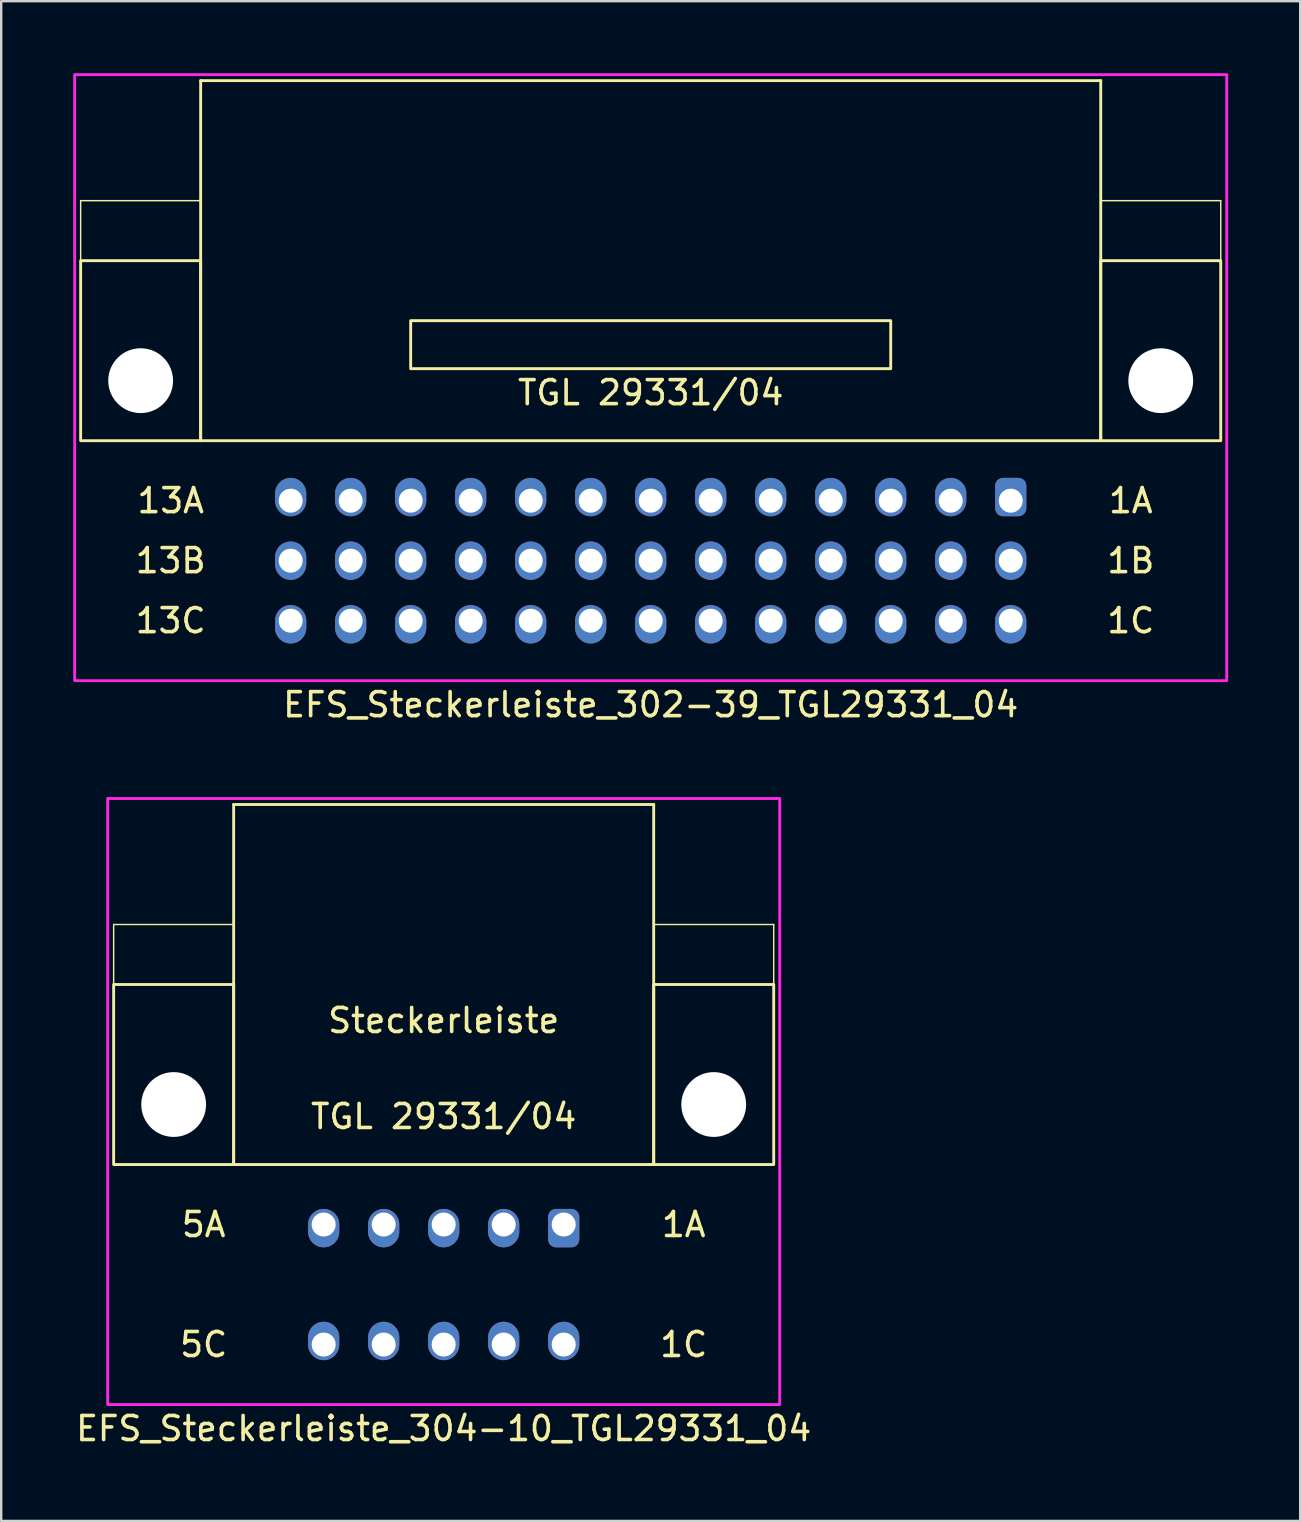
<source format=kicad_pcb>
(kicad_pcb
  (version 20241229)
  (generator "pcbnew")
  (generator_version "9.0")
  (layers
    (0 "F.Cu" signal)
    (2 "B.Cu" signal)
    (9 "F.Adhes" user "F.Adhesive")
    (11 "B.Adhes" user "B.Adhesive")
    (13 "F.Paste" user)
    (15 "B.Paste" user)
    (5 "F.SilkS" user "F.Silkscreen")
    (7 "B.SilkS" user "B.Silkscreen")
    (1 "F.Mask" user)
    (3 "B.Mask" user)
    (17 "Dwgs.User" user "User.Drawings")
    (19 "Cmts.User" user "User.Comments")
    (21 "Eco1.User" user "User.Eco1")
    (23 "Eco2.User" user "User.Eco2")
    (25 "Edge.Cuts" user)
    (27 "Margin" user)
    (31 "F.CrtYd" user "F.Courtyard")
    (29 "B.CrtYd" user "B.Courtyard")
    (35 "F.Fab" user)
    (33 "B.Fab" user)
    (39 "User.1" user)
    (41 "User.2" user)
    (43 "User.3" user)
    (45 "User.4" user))
  (footprint "EFS_Steckerleiste_302-39_TGL29331_04"
    (layer "F.Cu")
    (at 24.06 5.31)
    (property "Reference" "EFS_Steckerleiste_302-39_TGL29331_04" (at 0 21 180) (layer "F.SilkS") (effects (font (size 1 1) (thickness 0.15))))
    (attr through_hole)
    (fp_line (start -23.75 0) (end -23.75 2.5) (stroke (width 0.06) (type solid)) (layer "F.SilkS"))
    (fp_line (start -18.75 -5) (end -18.75 10) (stroke (width 0.12) (type solid)) (layer "F.SilkS"))
    (fp_line (start -18.75 -5) (end 18.75 -5) (stroke (width 0.12) (type solid)) (layer "F.SilkS"))
    (fp_line (start -18.75 0) (end -23.75 0) (stroke (width 0.06) (type solid)) (layer "F.SilkS"))
    (fp_line (start -18.75 10) (end 18.75 10) (stroke (width 0.12) (type solid)) (layer "F.SilkS"))
    (fp_line (start 18.75 10) (end 18.75 -5) (stroke (width 0.12) (type solid)) (layer "F.SilkS"))
    (fp_line (start 23.75 0) (end 18.75 0) (stroke (width 0.06) (type solid)) (layer "F.SilkS"))
    (fp_line (start 23.75 0) (end 23.75 2.5) (stroke (width 0.06) (type solid)) (layer "F.SilkS"))
    (fp_rect (start -18.75 10) (end -23.75 2.5) (stroke (width 0.12) (type solid)) (fill no) (layer "F.SilkS"))
    (fp_rect (start -10 7) (end 10 5) (stroke (width 0.12) (type solid)) (fill no) (layer "F.SilkS"))
    (fp_rect (start 23.75 10) (end 18.75 2.5) (stroke (width 0.12) (type solid)) (fill no) (layer "F.SilkS"))
    (fp_rect (start -24 -5.25) (end 24 20) (stroke (width 0.12) (type solid)) (fill no) (layer "F.CrtYd"))
    (fp_text user "13A" (at -20 12.5 0) (layer "F.SilkS") (effects (font (size 1 1) (thickness 0.15))))
    (fp_text user "13B" (at -20 15 0) (layer "F.SilkS") (effects (font (size 1 1) (thickness 0.15))))
    (fp_text user "1C" (at 20 17.5 0) (layer "F.SilkS") (effects (font (size 1 1) (thickness 0.15))))
    (fp_text user "13C" (at -20 17.5 0) (layer "F.SilkS") (effects (font (size 1 1) (thickness 0.15))))
    (fp_text user "1B" (at 20 15 0) (layer "F.SilkS") (effects (font (size 1 1) (thickness 0.15))))
    (fp_text user "TGL 29331/04" (at 0 8 0) (unlocked yes) (layer "F.SilkS") (effects (font (size 1 1) (thickness 0.15))))
    (fp_text user "1A" (at 20 12.5 0) (layer "F.SilkS") (effects (font (size 1 1) (thickness 0.15))))
    (pad "" np_thru_hole circle (at -21.25 7.5) (size 2.7 2.7) (drill 2.7) (layers "*.Cu" "*.Mask"))
    (pad "" np_thru_hole circle (at 21.25 7.5) (size 2.7 2.7) (drill 2.7) (layers "*.Cu" "*.Mask"))
    (pad "1a" thru_hole roundrect (at 15 12.5 180) (size 1.3 1.6) (drill 1 (offset 0 0.15)) (layers "*.Cu" "*.Mask") (roundrect_rratio 0.25))
    (pad "1b" thru_hole oval (at 15 15 180) (size 1.3 1.6) (drill 1) (layers "*.Cu" "*.Mask"))
    (pad "1c" thru_hole oval (at 15 17.5 180) (size 1.3 1.6) (drill 1 (offset 0 -0.15)) (layers "*.Cu" "*.Mask"))
    (pad "2a" thru_hole oval (at 12.5 12.5 180) (size 1.3 1.6) (drill 1 (offset 0 0.15)) (layers "*.Cu" "*.Mask"))
    (pad "2b" thru_hole oval (at 12.5 15 180) (size 1.3 1.6) (drill 1) (layers "*.Cu" "*.Mask"))
    (pad "2c" thru_hole oval (at 12.5 17.5 180) (size 1.3 1.6) (drill 1 (offset 0 -0.15)) (layers "*.Cu" "*.Mask"))
    (pad "3a" thru_hole oval (at 10 12.5 180) (size 1.3 1.6) (drill 1 (offset 0 0.15)) (layers "*.Cu" "*.Mask"))
    (pad "3b" thru_hole oval (at 10 15 180) (size 1.3 1.6) (drill 1) (layers "*.Cu" "*.Mask"))
    (pad "3c" thru_hole oval (at 10 17.5 180) (size 1.3 1.6) (drill 1 (offset 0 -0.15)) (layers "*.Cu" "*.Mask"))
    (pad "4a" thru_hole oval (at 7.5 12.5 180) (size 1.3 1.6) (drill 1 (offset 0 0.15)) (layers "*.Cu" "*.Mask"))
    (pad "4b" thru_hole oval (at 7.5 15 180) (size 1.3 1.6) (drill 1) (layers "*.Cu" "*.Mask"))
    (pad "4c" thru_hole oval (at 7.5 17.5 180) (size 1.3 1.6) (drill 1 (offset 0 -0.15)) (layers "*.Cu" "*.Mask"))
    (pad "5a" thru_hole oval (at 5 12.5 180) (size 1.3 1.6) (drill 1 (offset 0 0.15)) (layers "*.Cu" "*.Mask"))
    (pad "5b" thru_hole oval (at 5 15 180) (size 1.3 1.6) (drill 1) (layers "*.Cu" "*.Mask"))
    (pad "5c" thru_hole oval (at 5 17.5 180) (size 1.3 1.6) (drill 1 (offset 0 -0.15)) (layers "*.Cu" "*.Mask"))
    (pad "6a" thru_hole oval (at 2.5 12.5 180) (size 1.3 1.6) (drill 1 (offset 0 0.15)) (layers "*.Cu" "*.Mask"))
    (pad "6b" thru_hole oval (at 2.5 15 180) (size 1.3 1.6) (drill 1) (layers "*.Cu" "*.Mask"))
    (pad "6c" thru_hole oval (at 2.5 17.5 180) (size 1.3 1.6) (drill 1 (offset 0 -0.15)) (layers "*.Cu" "*.Mask"))
    (pad "7a" thru_hole oval (at 0 12.5 180) (size 1.3 1.6) (drill 1 (offset 0 0.15)) (layers "*.Cu" "*.Mask"))
    (pad "7b" thru_hole oval (at 0 15 180) (size 1.3 1.6) (drill 1) (layers "*.Cu" "*.Mask"))
    (pad "7c" thru_hole oval (at 0 17.5 180) (size 1.3 1.6) (drill 1 (offset 0 -0.15)) (layers "*.Cu" "*.Mask"))
    (pad "8a" thru_hole oval (at -2.5 12.5 180) (size 1.3 1.6) (drill 1 (offset 0 0.15)) (layers "*.Cu" "*.Mask"))
    (pad "8b" thru_hole oval (at -2.5 15 180) (size 1.3 1.6) (drill 1) (layers "*.Cu" "*.Mask"))
    (pad "8c" thru_hole oval (at -2.5 17.5 180) (size 1.3 1.6) (drill 1 (offset 0 -0.15)) (layers "*.Cu" "*.Mask"))
    (pad "9a" thru_hole oval (at -5 12.5 180) (size 1.3 1.6) (drill 1 (offset 0 0.15)) (layers "*.Cu" "*.Mask"))
    (pad "9b" thru_hole oval (at -5 15 180) (size 1.3 1.6) (drill 1) (layers "*.Cu" "*.Mask"))
    (pad "9c" thru_hole oval (at -5 17.5 180) (size 1.3 1.6) (drill 1 (offset 0 -0.15)) (layers "*.Cu" "*.Mask"))
    (pad "10a" thru_hole oval (at -7.5 12.5 180) (size 1.3 1.6) (drill 1 (offset 0 0.15)) (layers "*.Cu" "*.Mask"))
    (pad "10b" thru_hole oval (at -7.5 15 180) (size 1.3 1.6) (drill 1) (layers "*.Cu" "*.Mask"))
    (pad "10c" thru_hole oval (at -7.5 17.5 180) (size 1.3 1.6) (drill 1 (offset 0 -0.15)) (layers "*.Cu" "*.Mask"))
    (pad "11a" thru_hole oval (at -10 12.5 180) (size 1.3 1.6) (drill 1 (offset 0 0.15)) (layers "*.Cu" "*.Mask"))
    (pad "11b" thru_hole oval (at -10 15 180) (size 1.3 1.6) (drill 1) (layers "*.Cu" "*.Mask"))
    (pad "11c" thru_hole oval (at -10 17.5 180) (size 1.3 1.6) (drill 1 (offset 0 -0.15)) (layers "*.Cu" "*.Mask"))
    (pad "12a" thru_hole oval (at -12.5 12.5 180) (size 1.3 1.6) (drill 1 (offset 0 0.15)) (layers "*.Cu" "*.Mask"))
    (pad "12b" thru_hole oval (at -12.5 15 180) (size 1.3 1.6) (drill 1) (layers "*.Cu" "*.Mask"))
    (pad "12c" thru_hole oval (at -12.5 17.5 180) (size 1.3 1.6) (drill 1 (offset 0 -0.15)) (layers "*.Cu" "*.Mask"))
    (pad "13a" thru_hole oval (at -15 12.5 180) (size 1.3 1.6) (drill 1 (offset 0 0.15)) (layers "*.Cu" "*.Mask"))
    (pad "13b" thru_hole oval (at -15 15 180) (size 1.3 1.6) (drill 1) (layers "*.Cu" "*.Mask"))
    (pad "13c" thru_hole oval (at -15 17.5 180) (size 1.3 1.6) (drill 1 (offset 0 -0.15)) (layers "*.Cu" "*.Mask")))
  (footprint "EFS_Steckerleiste_304-10_TGL29331_04"
    (layer "F.Cu")
    (at 15.435 35.468)
    (property "Reference" "EFS_Steckerleiste_304-10_TGL29331_04" (at 0 21 180) (layer "F.SilkS") (effects (font (size 1 1) (thickness 0.15))))
    (attr through_hole)
    (fp_line (start -13.75 0) (end -13.75 2.5) (stroke (width 0.06) (type solid)) (layer "F.SilkS"))
    (fp_line (start -8.75 -5) (end -8.75 10) (stroke (width 0.12) (type solid)) (layer "F.SilkS"))
    (fp_line (start -8.75 -5) (end 8.75 -5) (stroke (width 0.12) (type solid)) (layer "F.SilkS"))
    (fp_line (start -8.75 0) (end -13.75 0) (stroke (width 0.06) (type solid)) (layer "F.SilkS"))
    (fp_line (start -8.75 10) (end 8.75 10) (stroke (width 0.12) (type solid)) (layer "F.SilkS"))
    (fp_line (start 8.75 10) (end 8.75 -5) (stroke (width 0.12) (type solid)) (layer "F.SilkS"))
    (fp_line (start 13.75 0) (end 8.75 0) (stroke (width 0.06) (type solid)) (layer "F.SilkS"))
    (fp_line (start 13.75 0) (end 13.75 2.5) (stroke (width 0.06) (type solid)) (layer "F.SilkS"))
    (fp_rect (start -8.75 10) (end -13.75 2.5) (stroke (width 0.12) (type solid)) (fill no) (layer "F.SilkS"))
    (fp_rect (start 13.75 10) (end 8.75 2.5) (stroke (width 0.12) (type solid)) (fill no) (layer "F.SilkS"))
    (fp_rect (start -14 -5.25) (end 14 20) (stroke (width 0.12) (type solid)) (fill no) (layer "F.CrtYd"))
    (fp_text user "5C" (at -10 17.5 0) (layer "F.SilkS") (effects (font (size 1 1) (thickness 0.15))))
    (fp_text user "1C" (at 10 17.5 0) (layer "F.SilkS") (effects (font (size 1 1) (thickness 0.15))))
    (fp_text user "1A" (at 10 12.5 0) (layer "F.SilkS") (effects (font (size 1 1) (thickness 0.15))))
    (fp_text user "Steckerleiste" (at 0 4 0) (unlocked yes) (layer "F.SilkS") (effects (font (size 1 1) (thickness 0.15))))
    (fp_text user "TGL 29331/04" (at 0 8 0) (unlocked yes) (layer "F.SilkS") (effects (font (size 1 1) (thickness 0.15))))
    (fp_text user "5A" (at -10 12.5 0) (layer "F.SilkS") (effects (font (size 1 1) (thickness 0.15))))
    (pad "" np_thru_hole circle (at -11.25 7.5) (size 2.7 2.7) (drill 2.7) (layers "*.Cu" "*.Mask"))
    (pad "" np_thru_hole circle (at 11.25 7.5) (size 2.7 2.7) (drill 2.7) (layers "*.Cu" "*.Mask"))
    (pad "1a" thru_hole roundrect (at 5 12.5 180) (size 1.3 1.6) (drill 1 (offset 0 -0.15)) (layers "*.Cu" "*.Mask") (roundrect_rratio 0.25))
    (pad "1c" thru_hole oval (at 5 17.5 180) (size 1.3 1.6) (drill 1 (offset 0 0.15)) (layers "*.Cu" "*.Mask"))
    (pad "2a" thru_hole oval (at 2.5 12.5 180) (size 1.3 1.6) (drill 1 (offset 0 -0.15)) (layers "*.Cu" "*.Mask"))
    (pad "2c" thru_hole oval (at 2.5 17.5 180) (size 1.3 1.6) (drill 1 (offset 0 0.15)) (layers "*.Cu" "*.Mask"))
    (pad "3a" thru_hole oval (at 0 12.5 180) (size 1.3 1.6) (drill 1 (offset 0 -0.15)) (layers "*.Cu" "*.Mask"))
    (pad "3c" thru_hole oval (at 0 17.5 180) (size 1.3 1.6) (drill 1 (offset 0 0.15)) (layers "*.Cu" "*.Mask"))
    (pad "4a" thru_hole oval (at -2.5 12.5 180) (size 1.3 1.6) (drill 1 (offset 0 -0.15)) (layers "*.Cu" "*.Mask"))
    (pad "4c" thru_hole oval (at -2.5 17.5 180) (size 1.3 1.6) (drill 1 (offset 0 0.15)) (layers "*.Cu" "*.Mask"))
    (pad "5a" thru_hole oval (at -5 12.5 180) (size 1.3 1.6) (drill 1 (offset 0 -0.15)) (layers "*.Cu" "*.Mask"))
    (pad "5c" thru_hole oval (at -5 17.5 180) (size 1.3 1.6) (drill 1 (offset 0 0.15)) (layers "*.Cu" "*.Mask")))
  (gr_rect
    (start -3 -3)
    (end 51.12 60.316)
    (stroke (width 0.1) (type default))
    (fill no)
    (layer "Edge.Cuts")))
</source>
